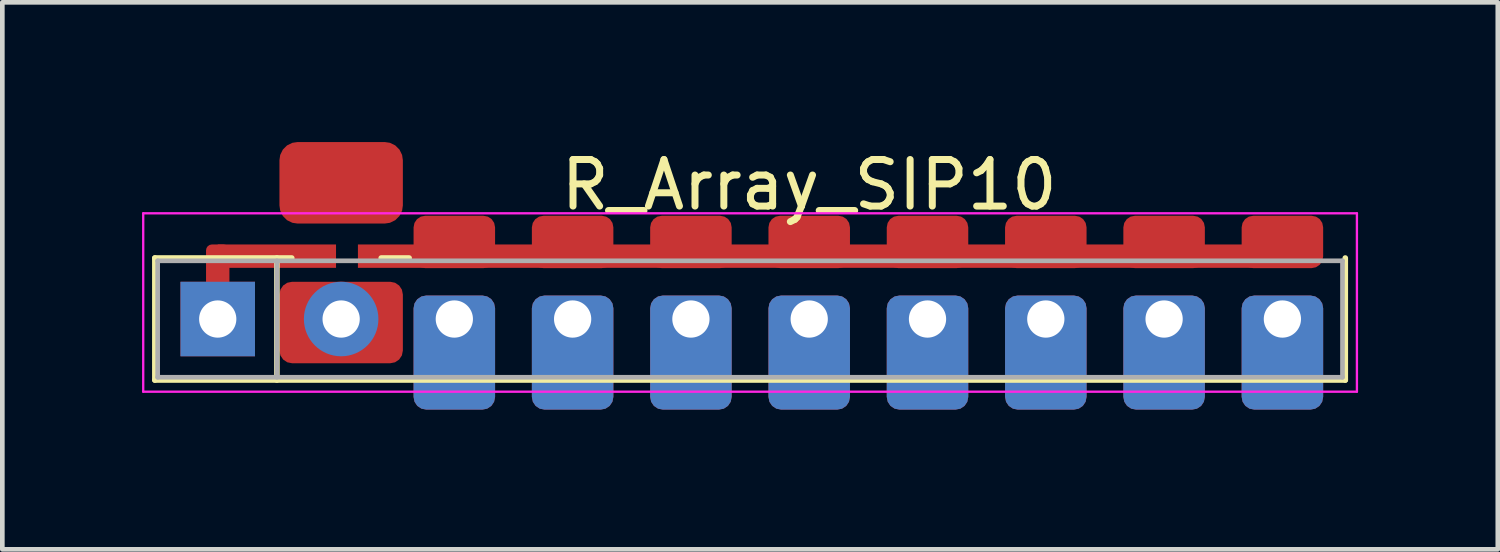
<source format=kicad_pcb>
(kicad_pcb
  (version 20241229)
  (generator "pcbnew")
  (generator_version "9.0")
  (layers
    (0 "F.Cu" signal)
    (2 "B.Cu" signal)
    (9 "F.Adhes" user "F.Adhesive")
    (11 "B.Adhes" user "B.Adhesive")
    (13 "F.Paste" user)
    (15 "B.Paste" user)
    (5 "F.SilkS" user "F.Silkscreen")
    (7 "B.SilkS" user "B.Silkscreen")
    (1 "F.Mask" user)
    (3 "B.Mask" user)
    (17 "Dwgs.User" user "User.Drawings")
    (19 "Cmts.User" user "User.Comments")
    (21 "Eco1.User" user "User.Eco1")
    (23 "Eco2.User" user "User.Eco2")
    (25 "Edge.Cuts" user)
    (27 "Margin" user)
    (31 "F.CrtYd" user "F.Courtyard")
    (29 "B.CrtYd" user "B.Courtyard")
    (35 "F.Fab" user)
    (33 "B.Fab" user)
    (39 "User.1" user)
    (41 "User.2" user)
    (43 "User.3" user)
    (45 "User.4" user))
  (footprint "R_Array_SIP10"
    (layer "F.Cu")
    (at 1.625 3.8)
    (property "Reference" "R_Array_SIP10" (at 12.7 -2.88 0) (layer "F.SilkS") (effects (font (size 1 1) (thickness 0.15))))
    (attr through_hole)
    (fp_poly (pts (arc (start 5.9525 1.103438) (mid 5.872411 0.910089) (end 5.679062 0.83)) (arc (start 4.480938 0.83) (mid 4.287588 0.910088) (end 4.2075 1.103438)) (arc (start 4.2075 1.666562) (mid 4.287589 1.859911) (end 4.480938 1.94)) (arc (start 5.679062 1.94) (mid 5.872412 1.859912) (end 5.9525 1.666562))) (stroke (width 0) (type solid)) (fill yes) (layer "F.Mask"))
    (fp_poly (pts (arc (start 8.4925 1.103438) (mid 8.412411 0.910089) (end 8.219062 0.83)) (arc (start 7.020938 0.83) (mid 6.827588 0.910088) (end 6.7475 1.103438)) (arc (start 6.7475 1.666562) (mid 6.827589 1.859911) (end 7.020938 1.94)) (arc (start 8.219062 1.94) (mid 8.412412 1.859912) (end 8.4925 1.666562))) (stroke (width 0) (type solid)) (fill yes) (layer "F.Mask"))
    (fp_poly (pts (arc (start 11.0325 1.103438) (mid 10.952411 0.910089) (end 10.759062 0.83)) (arc (start 9.560938 0.83) (mid 9.367588 0.910088) (end 9.2875 1.103438)) (arc (start 9.2875 1.666562) (mid 9.367589 1.859911) (end 9.560938 1.94)) (arc (start 10.759062 1.94) (mid 10.952412 1.859912) (end 11.0325 1.666562))) (stroke (width 0) (type solid)) (fill yes) (layer "F.Mask"))
    (fp_poly (pts (arc (start 13.5725 1.103438) (mid 13.492411 0.910089) (end 13.299062 0.83)) (arc (start 12.100938 0.83) (mid 11.907588 0.910088) (end 11.8275 1.103438)) (arc (start 11.8275 1.666562) (mid 11.907589 1.859911) (end 12.100938 1.94)) (arc (start 13.299062 1.94) (mid 13.492412 1.859912) (end 13.5725 1.666562))) (stroke (width 0) (type solid)) (fill yes) (layer "F.Mask"))
    (fp_poly (pts (arc (start 16.1125 1.103438) (mid 16.032411 0.910089) (end 15.839062 0.83)) (arc (start 14.640938 0.83) (mid 14.447588 0.910088) (end 14.3675 1.103438)) (arc (start 14.3675 1.666562) (mid 14.447589 1.859911) (end 14.640938 1.94)) (arc (start 15.839062 1.94) (mid 16.032412 1.859912) (end 16.1125 1.666562))) (stroke (width 0) (type solid)) (fill yes) (layer "F.Mask"))
    (fp_poly (pts (arc (start 18.6525 1.103438) (mid 18.572411 0.910089) (end 18.379062 0.83)) (arc (start 17.180938 0.83) (mid 16.987588 0.910088) (end 16.9075 1.103438)) (arc (start 16.9075 1.666562) (mid 16.987589 1.859911) (end 17.180938 1.94)) (arc (start 18.379062 1.94) (mid 18.572412 1.859912) (end 18.6525 1.666562))) (stroke (width 0) (type solid)) (fill yes) (layer "F.Mask"))
    (fp_poly (pts (arc (start 21.1925 1.103438) (mid 21.112411 0.910089) (end 20.919062 0.83)) (arc (start 19.720938 0.83) (mid 19.527588 0.910088) (end 19.4475 1.103438)) (arc (start 19.4475 1.666562) (mid 19.527589 1.859911) (end 19.720938 1.94)) (arc (start 20.919062 1.94) (mid 21.112412 1.859912) (end 21.1925 1.666562))) (stroke (width 0) (type solid)) (fill yes) (layer "F.Mask"))
    (fp_poly (pts (arc (start 23.7325 1.103438) (mid 23.652411 0.910089) (end 23.459062 0.83)) (arc (start 22.260938 0.83) (mid 22.067588 0.910088) (end 21.9875 1.103438)) (arc (start 21.9875 1.666562) (mid 22.067589 1.859911) (end 22.260938 1.94)) (arc (start 23.459062 1.94) (mid 23.652412 1.859912) (end 23.7325 1.666562))) (stroke (width 0) (type solid)) (fill yes) (layer "F.Mask"))
    (fp_line (start -1.35 -1.31) (end -1.35 1.31) (stroke (width 0.12) (type solid)) (layer "F.SilkS"))
    (fp_line (start -1.35 -1.31) (end 1.59 -1.31) (stroke (width 0.12) (type solid)) (layer "F.SilkS"))
    (fp_line (start -1.35 1.31) (end 24.21 1.31) (stroke (width 0.12) (type solid)) (layer "F.SilkS"))
    (fp_line (start 1.27 -1.31) (end 1.27 1.31) (stroke (width 0.12) (type solid)) (layer "F.SilkS"))
    (fp_line (start 3.51 -1.31) (end 4.11 -1.31) (stroke (width 0.12) (type solid)) (layer "F.SilkS"))
    (fp_line (start 24.21 1.31) (end 24.21 -1.31) (stroke (width 0.12) (type solid)) (layer "F.SilkS"))
    (fp_line (start -1.6 -2.27) (end -1.6 1.56) (stroke (width 0.05) (type solid)) (layer "F.CrtYd"))
    (fp_line (start -1.6 1.56) (end 24.46 1.56) (stroke (width 0.05) (type solid)) (layer "F.CrtYd"))
    (fp_line (start 24.46 -2.27) (end -1.6 -2.27) (stroke (width 0.05) (type solid)) (layer "F.CrtYd"))
    (fp_line (start 24.46 1.56) (end 24.46 -2.27) (stroke (width 0.05) (type solid)) (layer "F.CrtYd"))
    (fp_line (start -1.29 -1.25) (end -1.29 1.25) (stroke (width 0.1) (type solid)) (layer "F.Fab"))
    (fp_line (start -1.29 1.25) (end 24.15 1.25) (stroke (width 0.1) (type solid)) (layer "F.Fab"))
    (fp_line (start 1.27 -1.25) (end 1.27 1.25) (stroke (width 0.1) (type solid)) (layer "F.Fab"))
    (fp_line (start 24.15 -1.25) (end -1.29 -1.25) (stroke (width 0.1) (type solid)) (layer "F.Fab"))
    (fp_line (start 24.15 1.25) (end 24.15 -1.25) (stroke (width 0.1) (type solid)) (layer "F.Fab"))
    (pad "1" smd roundrect (at 0 -0.766 90) (size 1.67 0.502) (layers "F.Cu") (roundrect_rratio 0.25))
    (pad "1" thru_hole rect (at 0 0) (size 1.6 1.6) (drill 0.8) (layers "*.Cu" "*.Mask"))
    (pad "1" smd rect (at 1.27 -1.35) (size 2.54 0.502) (layers "F.Cu"))
    (pad "1" smd roundrect (at 2.65 -2.925) (size 2.65 1.75) (layers "F.Cu" "F.Mask" "F.Paste") (roundrect_rratio 0.222))
    (pad "1" smd rect (at 3.81 -1.35) (size 1.6 0.502) (layers "F.Cu"))
    (pad "1" smd roundrect (at 5.08 -1.655 270) (size 1.125 1.75) (layers "F.Cu" "F.Mask" "F.Paste") (roundrect_rratio 0.222))
    (pad "1" smd rect (at 6.35 -1.35) (size 1.6 0.502) (layers "F.Cu"))
    (pad "1" smd roundrect (at 7.62 -1.655 270) (size 1.125 1.75) (layers "F.Cu" "F.Mask" "F.Paste") (roundrect_rratio 0.222))
    (pad "1" smd rect (at 8.89 -1.35) (size 1.6 0.502) (layers "F.Cu"))
    (pad "1" smd roundrect (at 10.16 -1.655 270) (size 1.125 1.75) (layers "F.Cu" "F.Mask" "F.Paste") (roundrect_rratio 0.222))
    (pad "1" smd rect (at 11.43 -1.35) (size 1.6 0.502) (layers "F.Cu"))
    (pad "1" smd roundrect (at 12.7 -1.655 270) (size 1.125 1.75) (layers "F.Cu" "F.Mask" "F.Paste") (roundrect_rratio 0.222))
    (pad "1" smd rect (at 13.97 -1.35) (size 1.6 0.502) (layers "F.Cu"))
    (pad "1" smd roundrect (at 15.24 -1.655 270) (size 1.125 1.75) (layers "F.Cu" "F.Mask" "F.Paste") (roundrect_rratio 0.222))
    (pad "1" smd rect (at 16.51 -1.35) (size 1.6 0.502) (layers "F.Cu"))
    (pad "1" smd roundrect (at 17.78 -1.655 270) (size 1.125 1.75) (layers "F.Cu" "F.Mask" "F.Paste") (roundrect_rratio 0.222))
    (pad "1" smd rect (at 19.05 -1.35) (size 1.6 0.502) (layers "F.Cu"))
    (pad "1" smd roundrect (at 20.32 -1.655 270) (size 1.125 1.75) (layers "F.Cu" "F.Mask" "F.Paste") (roundrect_rratio 0.222))
    (pad "1" smd rect (at 21.59 -1.35) (size 1.6 0.502) (layers "F.Cu"))
    (pad "1" smd roundrect (at 22.86 -1.655 270) (size 1.125 1.75) (layers "F.Cu" "F.Mask" "F.Paste") (roundrect_rratio 0.222))
    (pad "2" thru_hole oval (at 2.65 0) (size 1.6 1.6) (drill 0.8) (layers "*.Cu" "*.Mask"))
    (pad "2" smd roundrect (at 2.65 0.075) (size 2.65 1.75) (layers "F.Cu" "F.Mask" "F.Paste") (roundrect_rratio 0.156))
    (pad "3" thru_hole roundrect (at 5.08 0) (size 1.75 2.45) (drill 0.8 (offset 0 0.72)) (layers "*.Cu" "B.Mask") (roundrect_rratio 0.156))
    (pad "4" thru_hole roundrect (at 7.62 0) (size 1.75 2.45) (drill 0.8 (offset 0 0.72)) (layers "*.Cu" "B.Mask") (roundrect_rratio 0.156))
    (pad "5" thru_hole roundrect (at 10.16 0) (size 1.75 2.45) (drill 0.8 (offset 0 0.72)) (layers "*.Cu" "B.Mask") (roundrect_rratio 0.156))
    (pad "6" thru_hole roundrect (at 12.7 0) (size 1.75 2.45) (drill 0.8 (offset 0 0.72)) (layers "*.Cu" "B.Mask") (roundrect_rratio 0.156))
    (pad "7" thru_hole roundrect (at 15.24 0) (size 1.75 2.45) (drill 0.8 (offset 0 0.72)) (layers "*.Cu" "B.Mask") (roundrect_rratio 0.156))
    (pad "8" thru_hole roundrect (at 17.78 0) (size 1.75 2.45) (drill 0.8 (offset 0 0.72)) (layers "*.Cu" "B.Mask") (roundrect_rratio 0.156))
    (pad "9" thru_hole roundrect (at 20.32 0) (size 1.75 2.45) (drill 0.8 (offset 0 0.72)) (layers "*.Cu" "B.Mask") (roundrect_rratio 0.156))
    (pad "10" thru_hole roundrect (at 22.86 0) (size 1.75 2.45) (drill 0.8 (offset 0 0.72)) (layers "*.Cu" "B.Mask") (roundrect_rratio 0.156)))
  (gr_rect
    (start -3 -3)
    (end 29.11 8.745)
    (stroke (width 0.1) (type default))
    (fill no)
    (layer "Edge.Cuts")))
</source>
